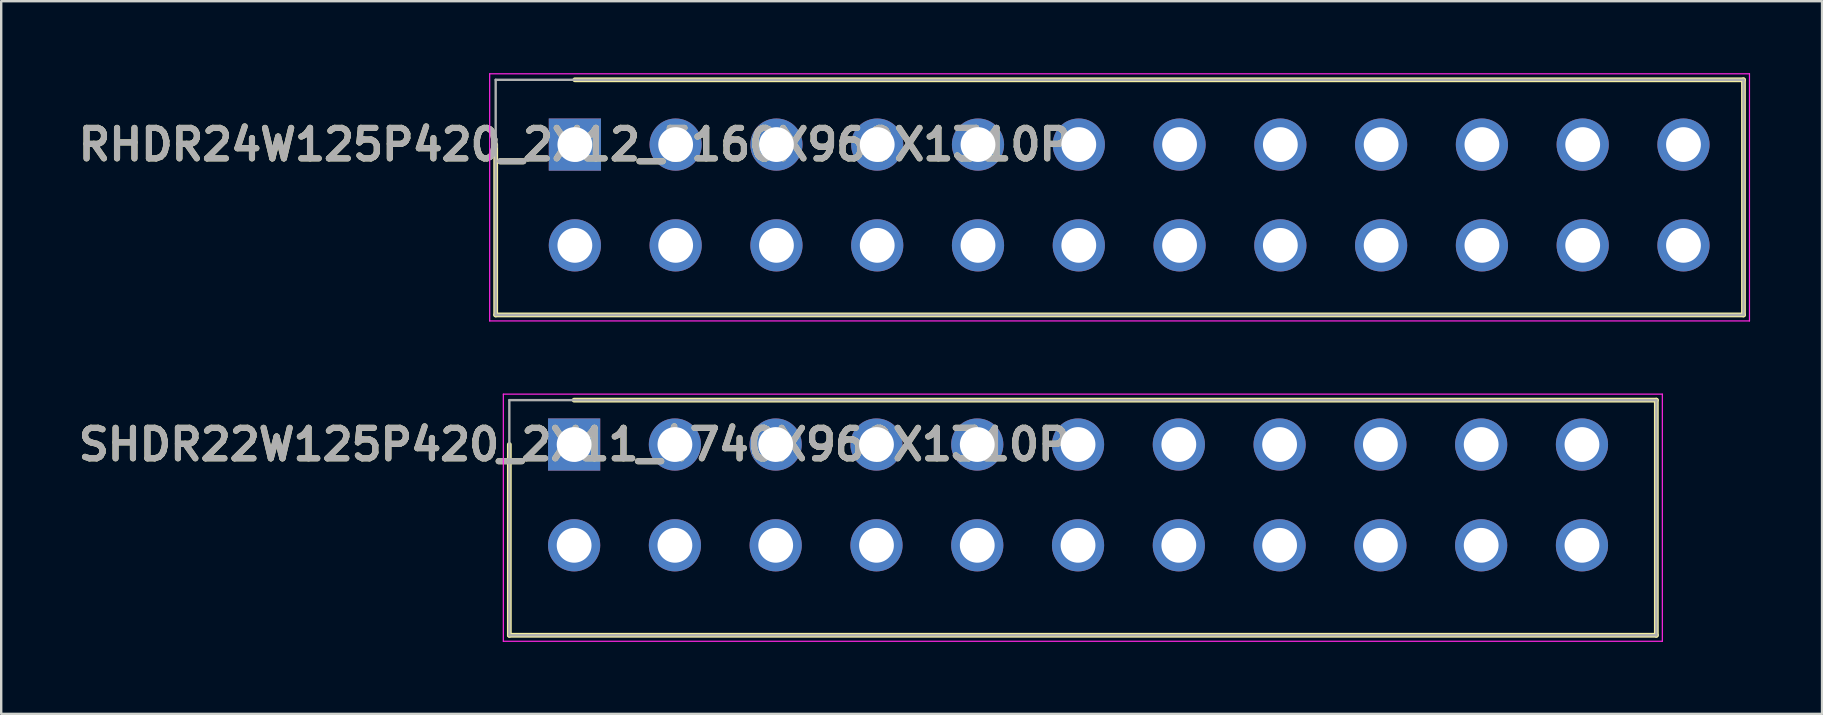
<source format=kicad_pcb>
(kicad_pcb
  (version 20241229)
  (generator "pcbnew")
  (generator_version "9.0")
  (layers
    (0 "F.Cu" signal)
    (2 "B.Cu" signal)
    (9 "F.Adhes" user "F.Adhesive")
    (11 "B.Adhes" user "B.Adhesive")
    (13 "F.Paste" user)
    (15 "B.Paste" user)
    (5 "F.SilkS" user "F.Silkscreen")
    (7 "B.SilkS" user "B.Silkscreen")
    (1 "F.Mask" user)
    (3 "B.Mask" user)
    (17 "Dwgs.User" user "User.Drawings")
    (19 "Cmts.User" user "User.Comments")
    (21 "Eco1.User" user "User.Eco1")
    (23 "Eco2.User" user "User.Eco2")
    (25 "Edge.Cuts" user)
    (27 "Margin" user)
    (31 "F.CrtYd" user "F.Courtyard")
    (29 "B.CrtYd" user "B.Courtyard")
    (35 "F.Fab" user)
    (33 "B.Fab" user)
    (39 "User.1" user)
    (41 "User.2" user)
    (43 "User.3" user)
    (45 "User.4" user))
  (footprint "RHDR24W125P420_2X12_5160X960X1310P"
    (layer "F.Cu")
    (at 20.907 2.975)
    (property "Reference" "RHDR24W125P420_2X12_5160X960X1310P" (at 0 0 0) (layer "F.SilkS") (effects (font (size 1.27 1.27) (thickness 0.254))))
    (attr through_hole)
    (fp_line (start -3.3 7.1) (end -3.3 0) (stroke (width 0.2) (type solid)) (layer "F.SilkS"))
    (fp_line (start 0 -2.7) (end 48.7 -2.7) (stroke (width 0.2) (type solid)) (layer "F.SilkS"))
    (fp_line (start 48.7 -2.7) (end 48.7 7.1) (stroke (width 0.2) (type solid)) (layer "F.SilkS"))
    (fp_line (start 48.7 7.1) (end -3.3 7.1) (stroke (width 0.2) (type solid)) (layer "F.SilkS"))
    (fp_line (start -3.55 -2.95) (end 48.95 -2.95) (stroke (width 0.05) (type solid)) (layer "F.CrtYd"))
    (fp_line (start -3.55 7.35) (end -3.55 -2.95) (stroke (width 0.05) (type solid)) (layer "F.CrtYd"))
    (fp_line (start 48.95 -2.95) (end 48.95 7.35) (stroke (width 0.05) (type solid)) (layer "F.CrtYd"))
    (fp_line (start 48.95 7.35) (end -3.55 7.35) (stroke (width 0.05) (type solid)) (layer "F.CrtYd"))
    (fp_line (start -3.3 -2.7) (end 48.7 -2.7) (stroke (width 0.1) (type solid)) (layer "F.Fab"))
    (fp_line (start -3.3 7.1) (end -3.3 -2.7) (stroke (width 0.1) (type solid)) (layer "F.Fab"))
    (fp_line (start 48.7 -2.7) (end 48.7 7.1) (stroke (width 0.1) (type solid)) (layer "F.Fab"))
    (fp_line (start 48.7 7.1) (end -3.3 7.1) (stroke (width 0.1) (type solid)) (layer "F.Fab"))
    (fp_text user "${REFERENCE}" (at 0 0 0) (layer "F.Fab") (effects (font (size 1.27 1.27) (thickness 0.254))))
    (pad "1" thru_hole rect (at 0 0) (size 2.175 2.175) (drill 1.45) (layers "*.Cu" "*.Mask"))
    (pad "2" thru_hole circle (at 4.2 0) (size 2.175 2.175) (drill 1.45) (layers "*.Cu" "*.Mask"))
    (pad "3" thru_hole circle (at 8.4 0) (size 2.175 2.175) (drill 1.45) (layers "*.Cu" "*.Mask"))
    (pad "4" thru_hole circle (at 12.6 0) (size 2.175 2.175) (drill 1.45) (layers "*.Cu" "*.Mask"))
    (pad "5" thru_hole circle (at 16.8 0) (size 2.175 2.175) (drill 1.45) (layers "*.Cu" "*.Mask"))
    (pad "6" thru_hole circle (at 21 0) (size 2.175 2.175) (drill 1.45) (layers "*.Cu" "*.Mask"))
    (pad "7" thru_hole circle (at 25.2 0) (size 2.175 2.175) (drill 1.45) (layers "*.Cu" "*.Mask"))
    (pad "8" thru_hole circle (at 29.4 0) (size 2.175 2.175) (drill 1.45) (layers "*.Cu" "*.Mask"))
    (pad "9" thru_hole circle (at 33.6 0) (size 2.175 2.175) (drill 1.45) (layers "*.Cu" "*.Mask"))
    (pad "10" thru_hole circle (at 37.8 0) (size 2.175 2.175) (drill 1.45) (layers "*.Cu" "*.Mask"))
    (pad "11" thru_hole circle (at 42 0) (size 2.175 2.175) (drill 1.45) (layers "*.Cu" "*.Mask"))
    (pad "12" thru_hole circle (at 46.2 0) (size 2.175 2.175) (drill 1.45) (layers "*.Cu" "*.Mask"))
    (pad "13" thru_hole circle (at 0 4.2) (size 2.175 2.175) (drill 1.45) (layers "*.Cu" "*.Mask"))
    (pad "14" thru_hole circle (at 4.2 4.2) (size 2.175 2.175) (drill 1.45) (layers "*.Cu" "*.Mask"))
    (pad "15" thru_hole circle (at 8.4 4.2) (size 2.175 2.175) (drill 1.45) (layers "*.Cu" "*.Mask"))
    (pad "16" thru_hole circle (at 12.6 4.2) (size 2.175 2.175) (drill 1.45) (layers "*.Cu" "*.Mask"))
    (pad "17" thru_hole circle (at 16.8 4.2) (size 2.175 2.175) (drill 1.45) (layers "*.Cu" "*.Mask"))
    (pad "18" thru_hole circle (at 21 4.2) (size 2.175 2.175) (drill 1.45) (layers "*.Cu" "*.Mask"))
    (pad "19" thru_hole circle (at 25.2 4.2) (size 2.175 2.175) (drill 1.45) (layers "*.Cu" "*.Mask"))
    (pad "20" thru_hole circle (at 29.4 4.2) (size 2.175 2.175) (drill 1.45) (layers "*.Cu" "*.Mask"))
    (pad "21" thru_hole circle (at 33.6 4.2) (size 2.175 2.175) (drill 1.45) (layers "*.Cu" "*.Mask"))
    (pad "22" thru_hole circle (at 37.8 4.2) (size 2.175 2.175) (drill 1.45) (layers "*.Cu" "*.Mask"))
    (pad "23" thru_hole circle (at 42 4.2) (size 2.175 2.175) (drill 1.45) (layers "*.Cu" "*.Mask"))
    (pad "24" thru_hole circle (at 46.2 4.2) (size 2.175 2.175) (drill 1.45) (layers "*.Cu" "*.Mask")))
  (footprint "SHDR22W125P420_2X11_4740X960X1310P"
    (layer "F.Cu")
    (at 20.876 15.475)
    (property "Reference" "SHDR22W125P420_2X11_4740X960X1310P" (at 0 0 0) (layer "F.SilkS") (effects (font (size 1.27 1.27) (thickness 0.254))))
    (attr through_hole)
    (fp_line (start -2.7 7.95) (end -2.7 0) (stroke (width 0.2) (type solid)) (layer "F.SilkS"))
    (fp_line (start 0 -1.85) (end 45.1 -1.85) (stroke (width 0.2) (type solid)) (layer "F.SilkS"))
    (fp_line (start 45.1 -1.85) (end 45.1 7.95) (stroke (width 0.2) (type solid)) (layer "F.SilkS"))
    (fp_line (start 45.1 7.95) (end -2.7 7.95) (stroke (width 0.2) (type solid)) (layer "F.SilkS"))
    (fp_line (start -2.95 -2.1) (end 45.35 -2.1) (stroke (width 0.05) (type solid)) (layer "F.CrtYd"))
    (fp_line (start -2.95 8.2) (end -2.95 -2.1) (stroke (width 0.05) (type solid)) (layer "F.CrtYd"))
    (fp_line (start 45.35 -2.1) (end 45.35 8.2) (stroke (width 0.05) (type solid)) (layer "F.CrtYd"))
    (fp_line (start 45.35 8.2) (end -2.95 8.2) (stroke (width 0.05) (type solid)) (layer "F.CrtYd"))
    (fp_line (start -2.7 -1.85) (end 45.1 -1.85) (stroke (width 0.1) (type solid)) (layer "F.Fab"))
    (fp_line (start -2.7 7.95) (end -2.7 -1.85) (stroke (width 0.1) (type solid)) (layer "F.Fab"))
    (fp_line (start 45.1 -1.85) (end 45.1 7.95) (stroke (width 0.1) (type solid)) (layer "F.Fab"))
    (fp_line (start 45.1 7.95) (end -2.7 7.95) (stroke (width 0.1) (type solid)) (layer "F.Fab"))
    (fp_text user "${REFERENCE}" (at 0 0 0) (layer "F.Fab") (effects (font (size 1.27 1.27) (thickness 0.254))))
    (pad "1" thru_hole rect (at 0 0) (size 2.175 2.175) (drill 1.45) (layers "*.Cu" "*.Mask"))
    (pad "2" thru_hole circle (at 4.2 0) (size 2.175 2.175) (drill 1.45) (layers "*.Cu" "*.Mask"))
    (pad "3" thru_hole circle (at 8.4 0) (size 2.175 2.175) (drill 1.45) (layers "*.Cu" "*.Mask"))
    (pad "4" thru_hole circle (at 12.6 0) (size 2.175 2.175) (drill 1.45) (layers "*.Cu" "*.Mask"))
    (pad "5" thru_hole circle (at 16.8 0) (size 2.175 2.175) (drill 1.45) (layers "*.Cu" "*.Mask"))
    (pad "6" thru_hole circle (at 21 0) (size 2.175 2.175) (drill 1.45) (layers "*.Cu" "*.Mask"))
    (pad "7" thru_hole circle (at 25.2 0) (size 2.175 2.175) (drill 1.45) (layers "*.Cu" "*.Mask"))
    (pad "8" thru_hole circle (at 29.4 0) (size 2.175 2.175) (drill 1.45) (layers "*.Cu" "*.Mask"))
    (pad "9" thru_hole circle (at 33.6 0) (size 2.175 2.175) (drill 1.45) (layers "*.Cu" "*.Mask"))
    (pad "10" thru_hole circle (at 37.8 0) (size 2.175 2.175) (drill 1.45) (layers "*.Cu" "*.Mask"))
    (pad "11" thru_hole circle (at 42 0) (size 2.175 2.175) (drill 1.45) (layers "*.Cu" "*.Mask"))
    (pad "12" thru_hole circle (at 0 4.2) (size 2.175 2.175) (drill 1.45) (layers "*.Cu" "*.Mask"))
    (pad "13" thru_hole circle (at 4.2 4.2) (size 2.175 2.175) (drill 1.45) (layers "*.Cu" "*.Mask"))
    (pad "14" thru_hole circle (at 8.4 4.2) (size 2.175 2.175) (drill 1.45) (layers "*.Cu" "*.Mask"))
    (pad "15" thru_hole circle (at 12.6 4.2) (size 2.175 2.175) (drill 1.45) (layers "*.Cu" "*.Mask"))
    (pad "16" thru_hole circle (at 16.8 4.2) (size 2.175 2.175) (drill 1.45) (layers "*.Cu" "*.Mask"))
    (pad "17" thru_hole circle (at 21 4.2) (size 2.175 2.175) (drill 1.45) (layers "*.Cu" "*.Mask"))
    (pad "18" thru_hole circle (at 25.2 4.2) (size 2.175 2.175) (drill 1.45) (layers "*.Cu" "*.Mask"))
    (pad "19" thru_hole circle (at 29.4 4.2) (size 2.175 2.175) (drill 1.45) (layers "*.Cu" "*.Mask"))
    (pad "20" thru_hole circle (at 33.6 4.2) (size 2.175 2.175) (drill 1.45) (layers "*.Cu" "*.Mask"))
    (pad "21" thru_hole circle (at 37.8 4.2) (size 2.175 2.175) (drill 1.45) (layers "*.Cu" "*.Mask"))
    (pad "22" thru_hole circle (at 42 4.2) (size 2.175 2.175) (drill 1.45) (layers "*.Cu" "*.Mask")))
  (gr_rect
    (start -3 -3)
    (end 72.882 26.7)
    (stroke (width 0.1) (type default))
    (fill no)
    (layer "Edge.Cuts")))
</source>
